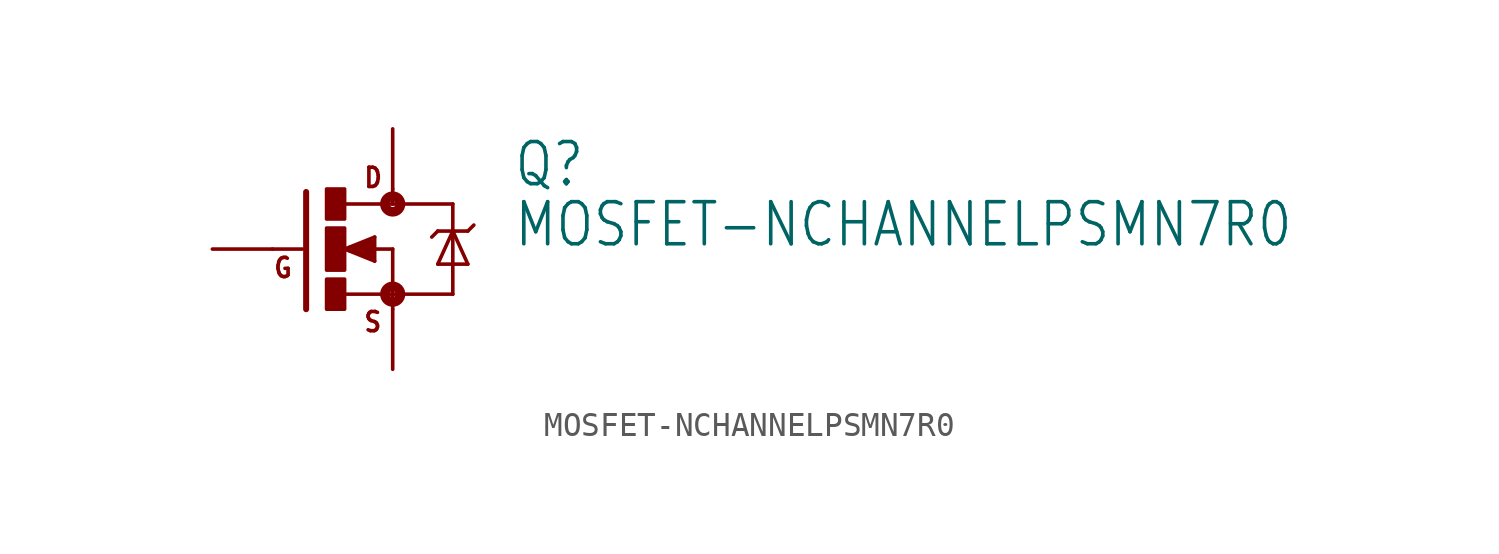
<source format=kicad_sym>
(kicad_symbol_lib
  (version 20211014)
  (generator kicad_symbol_editor)
  (symbol "MOSFET-NCHANNELPSMN7R0"
    (property "Reference" "Q"
      (at 5.08 2.54 0)
      (effects (font (size 1.778 1.511)) (justify left bottom)))
    (property "Value" "MOSFET-NCHANNELPSMN7R0"
      (at 5.08 0 0)
      (effects (font (size 1.778 1.511)) (justify left bottom)))
    (property "ki_locked" ""
      (at 0 0 0)
      (effects (font (size 1.27 1.27))))
    (symbol "MOSFET-NCHANNELPSMN7R0_1_0"
      (rectangle (start -2.794 -2.54) (end -2.032 -1.27) (stroke (width 0) (type default) (color 0 0 0 0)) (fill (type outline)))
      (rectangle (start -2.794 -0.889) (end -2.032 0.889) (stroke (width 0) (type default) (color 0 0 0 0)) (fill (type outline)))
      (rectangle (start -2.794 1.27) (end -2.032 2.54) (stroke (width 0) (type default) (color 0 0 0 0)) (fill (type outline)))
      (circle (center 0 -1.905) (radius 0.127) (stroke (width 0.406) (type default) (color 0 0 0 0)) (fill (type none)))
      (polyline (pts (xy -3.81 0) (xy -5.08 0)) (stroke (width 0.152) (type default) (color 0 0 0 0)) (fill (type none)))
      (polyline (pts (xy -3.658 2.413) (xy -3.658 -2.54)) (stroke (width 0.254) (type default) (color 0 0 0 0)) (fill (type none)))
      (polyline (pts (xy -2.032 -1.905) (xy 0 -1.905)) (stroke (width 0.152) (type default) (color 0 0 0 0)) (fill (type none)))
      (polyline (pts (xy -2.032 0) (xy -0.762 -0.508)) (stroke (width 0.152) (type default) (color 0 0 0 0)) (fill (type none)))
      (polyline (pts (xy -1.778 0) (xy -0.889 -0.254)) (stroke (width 0.305) (type default) (color 0 0 0 0)) (fill (type none)))
      (polyline (pts (xy -0.889 -0.254) (xy -0.889 0)) (stroke (width 0.305) (type default) (color 0 0 0 0)) (fill (type none)))
      (polyline (pts (xy -0.889 0) (xy -1.143 0)) (stroke (width 0.305) (type default) (color 0 0 0 0)) (fill (type none)))
      (polyline (pts (xy -0.889 0) (xy 0 0)) (stroke (width 0.152) (type default) (color 0 0 0 0)) (fill (type none)))
      (polyline (pts (xy -0.889 0.254) (xy -1.778 0)) (stroke (width 0.305) (type default) (color 0 0 0 0)) (fill (type none)))
      (polyline (pts (xy -0.762 -0.508) (xy -0.762 0.508)) (stroke (width 0.152) (type default) (color 0 0 0 0)) (fill (type none)))
      (polyline (pts (xy -0.762 0.508) (xy -2.032 0)) (stroke (width 0.152) (type default) (color 0 0 0 0)) (fill (type none)))
      (polyline (pts (xy 0 -1.905) (xy 0 -2.54)) (stroke (width 0.152) (type default) (color 0 0 0 0)) (fill (type none)))
      (polyline (pts (xy 0 0) (xy 0 -1.905)) (stroke (width 0.152) (type default) (color 0 0 0 0)) (fill (type none)))
      (polyline (pts (xy 0 1.905) (xy -2.007 1.905)) (stroke (width 0.152) (type default) (color 0 0 0 0)) (fill (type none)))
      (polyline (pts (xy 0 1.905) (xy 2.54 1.905)) (stroke (width 0.152) (type default) (color 0 0 0 0)) (fill (type none)))
      (polyline (pts (xy 0 2.54) (xy 0 1.905)) (stroke (width 0.152) (type default) (color 0 0 0 0)) (fill (type none)))
      (polyline (pts (xy 1.905 -0.635) (xy 3.175 -0.635)) (stroke (width 0.152) (type default) (color 0 0 0 0)) (fill (type none)))
      (polyline (pts (xy 1.905 0.762) (xy 1.651 0.508)) (stroke (width 0.152) (type default) (color 0 0 0 0)) (fill (type none)))
      (polyline (pts (xy 1.905 0.762) (xy 2.54 0.762)) (stroke (width 0.152) (type default) (color 0 0 0 0)) (fill (type none)))
      (polyline (pts (xy 2.54 -1.905) (xy 0 -1.905)) (stroke (width 0.152) (type default) (color 0 0 0 0)) (fill (type none)))
      (polyline (pts (xy 2.54 0.762) (xy 1.905 -0.635)) (stroke (width 0.152) (type default) (color 0 0 0 0)) (fill (type none)))
      (polyline (pts (xy 2.54 0.762) (xy 2.54 -1.905)) (stroke (width 0.152) (type default) (color 0 0 0 0)) (fill (type none)))
      (polyline (pts (xy 2.54 0.762) (xy 3.175 0.762)) (stroke (width 0.152) (type default) (color 0 0 0 0)) (fill (type none)))
      (polyline (pts (xy 2.54 1.905) (xy 2.54 0.762)) (stroke (width 0.152) (type default) (color 0 0 0 0)) (fill (type none)))
      (polyline (pts (xy 3.175 -0.635) (xy 2.54 0.762)) (stroke (width 0.152) (type default) (color 0 0 0 0)) (fill (type none)))
      (polyline (pts (xy 3.175 0.762) (xy 3.429 1.016)) (stroke (width 0.152) (type default) (color 0 0 0 0)) (fill (type none)))
      (circle (center 0 1.905) (radius 0.127) (stroke (width 0.406) (type default) (color 0 0 0 0)) (fill (type none)))
      (text "D" (at -1.27 2.54 0) (effects (font (size 0.813 0.691)) (justify left bottom)))
      (text "G" (at -5.08 -1.27 0) (effects (font (size 0.813 0.691)) (justify left bottom)))
      (text "S" (at -1.27 -3.556 0) (effects (font (size 0.813 0.691)) (justify left bottom)))
      (pin passive line (at -7.62 0 0) (length 2.54) (name "G" (effects (font (size 0 0)))) (number "1" (effects (font (size 0 0)))))
      (pin passive line (at 0 5.08 270) (length 2.54) (name "D" (effects (font (size 0 0)))) (number "2" (effects (font (size 0 0)))))
      (pin passive line (at 0 -5.08 90) (length 2.54) (name "S" (effects (font (size 0 0)))) (number "3" (effects (font (size 0 0))))))))
</source>
